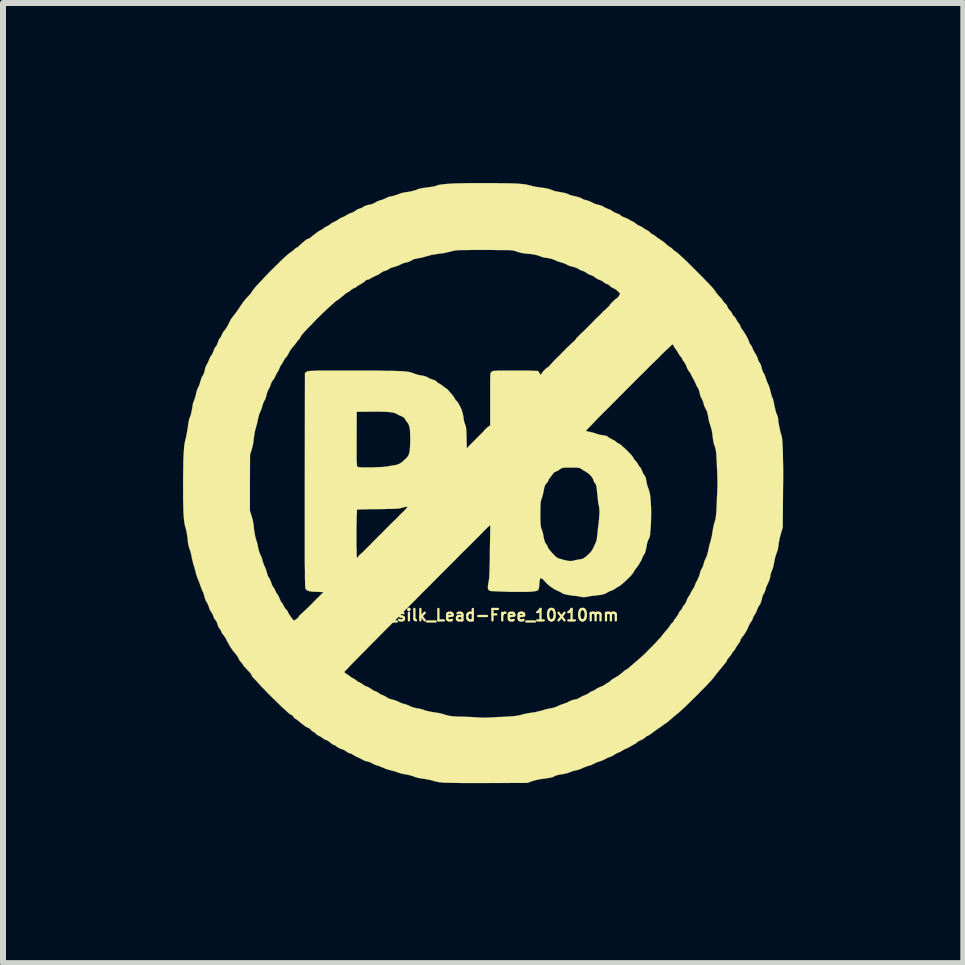
<source format=kicad_pcb>
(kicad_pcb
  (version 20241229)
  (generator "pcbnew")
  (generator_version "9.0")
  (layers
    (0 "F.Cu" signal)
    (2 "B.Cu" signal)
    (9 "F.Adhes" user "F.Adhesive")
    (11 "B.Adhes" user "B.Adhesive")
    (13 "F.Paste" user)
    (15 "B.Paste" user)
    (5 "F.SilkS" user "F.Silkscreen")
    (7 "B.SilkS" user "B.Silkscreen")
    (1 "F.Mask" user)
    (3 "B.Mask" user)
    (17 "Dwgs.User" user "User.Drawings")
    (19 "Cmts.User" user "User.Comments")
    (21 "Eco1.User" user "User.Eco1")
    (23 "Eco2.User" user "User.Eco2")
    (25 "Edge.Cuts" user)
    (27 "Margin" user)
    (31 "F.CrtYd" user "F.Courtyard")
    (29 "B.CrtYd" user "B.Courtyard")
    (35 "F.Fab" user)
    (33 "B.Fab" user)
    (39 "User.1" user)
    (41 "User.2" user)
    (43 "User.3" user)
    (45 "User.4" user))
  (footprint "Logo_silk_Lead-Free_10x10mm"
    (layer "F.Cu")
    (at 5 5)
    (property "Reference" "Logo_silk_Lead-Free_10x10mm" (at 0 2.2 0) (layer "F.SilkS") (effects (font (size 0.191 0.191) (thickness 0.038))))
    (attr through_hole)
    (fp_poly (pts (xy 4.999 -0.066) (xy 4.996 0.114) (xy 4.996 0.165) (xy 4.991 0.739) (xy 4.961 0.841) (xy 4.945 0.897) (xy 4.933 0.958) (xy 4.923 1.011) (xy 4.923 1.026) (xy 4.907 1.115) (xy 4.887 1.171) (xy 4.872 1.214) (xy 4.859 1.265) (xy 4.851 1.308) (xy 4.841 1.356) (xy 4.829 1.41) (xy 4.816 1.445) (xy 4.798 1.491) (xy 4.785 1.537) (xy 4.783 1.562) (xy 4.773 1.603) (xy 4.755 1.648) (xy 4.745 1.669) (xy 4.727 1.707) (xy 4.712 1.745) (xy 4.707 1.763) (xy 4.696 1.801) (xy 4.679 1.839) (xy 4.674 1.844) (xy 4.658 1.875) (xy 4.646 1.918) (xy 4.638 1.948) (xy 4.628 1.986) (xy 4.615 2.017) (xy 4.605 2.032) (xy 4.59 2.052) (xy 4.575 2.083) (xy 4.567 2.103) (xy 4.552 2.141) (xy 4.534 2.177) (xy 4.524 2.189) (xy 4.506 2.22) (xy 4.493 2.253) (xy 4.481 2.286) (xy 4.46 2.314) (xy 4.442 2.342) (xy 4.425 2.377) (xy 4.425 2.38) (xy 4.407 2.421) (xy 4.381 2.469) (xy 4.351 2.52) (xy 4.318 2.563) (xy 4.315 2.568) (xy 4.295 2.593) (xy 4.285 2.616) (xy 4.285 2.621) (xy 4.28 2.639) (xy 4.262 2.664) (xy 4.249 2.682) (xy 4.227 2.715) (xy 4.206 2.748) (xy 4.201 2.761) (xy 4.188 2.781) (xy 4.178 2.791) (xy 4.178 2.794) (xy 4.168 2.802) (xy 4.153 2.822) (xy 4.15 2.827) (xy 4.133 2.857) (xy 4.107 2.891) (xy 4.097 2.901) (xy 4.077 2.926) (xy 4.064 2.946) (xy 4.061 2.954) (xy 4.061 2.962) (xy 4.054 2.972) (xy 4.044 2.987) (xy 4.023 3.012) (xy 3.993 3.048) (xy 3.952 3.099) (xy 3.94 3.111) (xy 3.909 3.15) (xy 3.904 3.157) (xy 3.904 0.015) (xy 3.904 -0.015) (xy 3.904 -0.051) (xy 3.901 -0.091) (xy 3.901 -0.137) (xy 3.899 -0.196) (xy 3.894 -0.297) (xy 3.891 -0.378) (xy 3.886 -0.442) (xy 3.884 -0.493) (xy 3.879 -0.533) (xy 3.873 -0.564) (xy 3.868 -0.587) (xy 3.861 -0.607) (xy 3.858 -0.617) (xy 3.846 -0.65) (xy 3.835 -0.696) (xy 3.828 -0.747) (xy 3.825 -0.762) (xy 3.818 -0.831) (xy 3.807 -0.889) (xy 3.792 -0.94) (xy 3.774 -0.996) (xy 3.762 -1.036) (xy 3.752 -1.087) (xy 3.747 -1.118) (xy 3.736 -1.173) (xy 3.719 -1.219) (xy 3.713 -1.224) (xy 3.698 -1.257) (xy 3.68 -1.298) (xy 3.675 -1.323) (xy 3.663 -1.361) (xy 3.647 -1.397) (xy 3.637 -1.415) (xy 3.622 -1.443) (xy 3.612 -1.481) (xy 3.609 -1.496) (xy 3.599 -1.537) (xy 3.584 -1.577) (xy 3.576 -1.587) (xy 3.556 -1.623) (xy 3.538 -1.664) (xy 3.536 -1.669) (xy 3.518 -1.709) (xy 3.495 -1.748) (xy 3.493 -1.755) (xy 3.475 -1.783) (xy 3.465 -1.803) (xy 3.465 -1.808) (xy 3.457 -1.824) (xy 3.442 -1.847) (xy 3.434 -1.857) (xy 3.411 -1.89) (xy 3.393 -1.93) (xy 3.391 -1.935) (xy 3.376 -1.971) (xy 3.355 -2.009) (xy 3.348 -2.019) (xy 3.327 -2.047) (xy 3.317 -2.068) (xy 3.315 -2.075) (xy 3.307 -2.09) (xy 3.292 -2.108) (xy 3.274 -2.129) (xy 3.254 -2.159) (xy 3.246 -2.177) (xy 3.228 -2.205) (xy 3.213 -2.228) (xy 3.208 -2.233) (xy 3.195 -2.248) (xy 3.183 -2.273) (xy 3.18 -2.276) (xy 3.167 -2.301) (xy 3.155 -2.311) (xy 3.152 -2.311) (xy 3.145 -2.306) (xy 3.122 -2.283) (xy 3.086 -2.25) (xy 3.038 -2.205) (xy 2.982 -2.151) (xy 2.918 -2.085) (xy 2.845 -2.014) (xy 2.766 -1.938) (xy 2.685 -1.854) (xy 2.596 -1.768) (xy 2.507 -1.679) (xy 2.418 -1.59) (xy 2.329 -1.499) (xy 2.283 -1.455) (xy 2.283 -3.157) (xy 2.243 -3.198) (xy 2.212 -3.226) (xy 2.179 -3.244) (xy 2.167 -3.251) (xy 2.134 -3.266) (xy 2.111 -3.287) (xy 2.085 -3.31) (xy 2.057 -3.32) (xy 2.029 -3.332) (xy 2.009 -3.348) (xy 1.989 -3.363) (xy 1.956 -3.381) (xy 1.941 -3.386) (xy 1.905 -3.401) (xy 1.872 -3.421) (xy 1.864 -3.429) (xy 1.834 -3.449) (xy 1.798 -3.465) (xy 1.796 -3.467) (xy 1.758 -3.48) (xy 1.727 -3.5) (xy 1.722 -3.503) (xy 1.692 -3.523) (xy 1.656 -3.538) (xy 1.654 -3.538) (xy 1.618 -3.551) (xy 1.587 -3.569) (xy 1.585 -3.571) (xy 1.56 -3.584) (xy 1.524 -3.597) (xy 1.488 -3.607) (xy 1.448 -3.617) (xy 1.41 -3.632) (xy 1.387 -3.645) (xy 1.356 -3.66) (xy 1.318 -3.673) (xy 1.298 -3.678) (xy 1.255 -3.691) (xy 1.212 -3.708) (xy 1.196 -3.716) (xy 1.148 -3.736) (xy 1.085 -3.749) (xy 1.067 -3.752) (xy 1.016 -3.759) (xy 0.97 -3.772) (xy 0.937 -3.785) (xy 0.892 -3.8) (xy 0.828 -3.813) (xy 0.795 -3.818) (xy 0.724 -3.823) (xy 0.668 -3.83) (xy 0.627 -3.838) (xy 0.592 -3.848) (xy 0.561 -3.858) (xy 0.549 -3.863) (xy 0.533 -3.868) (xy 0.521 -3.871) (xy 0.503 -3.876) (xy 0.483 -3.879) (xy 0.452 -3.881) (xy 0.417 -3.884) (xy 0.368 -3.884) (xy 0.307 -3.884) (xy 0.231 -3.884) (xy 0.137 -3.886) (xy 0.023 -3.886) (xy 0.02 -3.886) (xy -0.091 -3.886) (xy -0.185 -3.886) (xy -0.262 -3.884) (xy -0.323 -3.884) (xy -0.373 -3.884) (xy -0.411 -3.881) (xy -0.445 -3.879) (xy -0.467 -3.876) (xy -0.49 -3.873) (xy -0.508 -3.868) (xy -0.528 -3.863) (xy -0.536 -3.861) (xy -0.587 -3.848) (xy -0.648 -3.835) (xy -0.709 -3.825) (xy -0.739 -3.823) (xy -0.8 -3.813) (xy -0.864 -3.802) (xy -0.917 -3.787) (xy -0.937 -3.782) (xy -0.988 -3.767) (xy -1.039 -3.754) (xy -1.085 -3.747) (xy -1.148 -3.734) (xy -1.189 -3.713) (xy -1.227 -3.693) (xy -1.267 -3.68) (xy -1.278 -3.678) (xy -1.321 -3.668) (xy -1.364 -3.65) (xy -1.377 -3.642) (xy -1.415 -3.625) (xy -1.46 -3.609) (xy -1.478 -3.604) (xy -1.516 -3.594) (xy -1.552 -3.579) (xy -1.565 -3.571) (xy -1.593 -3.553) (xy -1.628 -3.541) (xy -1.633 -3.538) (xy -1.669 -3.526) (xy -1.694 -3.51) (xy -1.699 -3.508) (xy -1.722 -3.49) (xy -1.753 -3.472) (xy -1.781 -3.459) (xy -1.819 -3.442) (xy -1.857 -3.421) (xy -1.875 -3.411) (xy -1.902 -3.396) (xy -1.925 -3.391) (xy -1.93 -3.391) (xy -1.948 -3.383) (xy -1.966 -3.368) (xy -1.989 -3.348) (xy -2.022 -3.327) (xy -2.029 -3.322) (xy -2.065 -3.302) (xy -2.098 -3.282) (xy -2.103 -3.277) (xy -2.126 -3.259) (xy -2.146 -3.251) (xy -2.164 -3.244) (xy -2.187 -3.228) (xy -2.207 -3.213) (xy -2.233 -3.193) (xy -2.253 -3.18) (xy -2.261 -3.178) (xy -2.273 -3.17) (xy -2.296 -3.155) (xy -2.316 -3.137) (xy -2.36 -3.101) (xy -2.393 -3.073) (xy -2.418 -3.056) (xy -2.443 -3.04) (xy -2.466 -3.023) (xy -2.502 -2.99) (xy -2.548 -2.949) (xy -2.601 -2.901) (xy -2.657 -2.847) (xy -2.713 -2.794) (xy -2.769 -2.738) (xy -2.819 -2.687) (xy -2.83 -2.675) (xy -2.873 -2.629) (xy -2.916 -2.586) (xy -2.951 -2.548) (xy -2.979 -2.52) (xy -2.987 -2.51) (xy -3.015 -2.479) (xy -3.035 -2.449) (xy -3.043 -2.433) (xy -3.058 -2.408) (xy -3.071 -2.39) (xy -3.073 -2.39) (xy -3.089 -2.375) (xy -3.104 -2.352) (xy -3.127 -2.324) (xy -3.145 -2.299) (xy -3.178 -2.261) (xy -3.211 -2.217) (xy -3.236 -2.172) (xy -3.256 -2.136) (xy -3.269 -2.113) (xy -3.279 -2.101) (xy -3.282 -2.098) (xy -3.292 -2.09) (xy -3.307 -2.068) (xy -3.325 -2.037) (xy -3.343 -2.004) (xy -3.358 -1.979) (xy -3.368 -1.966) (xy -3.378 -1.953) (xy -3.388 -1.928) (xy -3.391 -1.92) (xy -3.406 -1.885) (xy -3.426 -1.849) (xy -3.447 -1.816) (xy -3.465 -1.778) (xy -3.48 -1.745) (xy -3.5 -1.717) (xy -3.503 -1.714) (xy -3.523 -1.687) (xy -3.536 -1.654) (xy -3.546 -1.621) (xy -3.564 -1.582) (xy -3.571 -1.57) (xy -3.592 -1.529) (xy -3.607 -1.483) (xy -3.609 -1.471) (xy -3.619 -1.43) (xy -3.635 -1.389) (xy -3.642 -1.379) (xy -3.66 -1.344) (xy -3.675 -1.3) (xy -3.678 -1.288) (xy -3.691 -1.245) (xy -3.708 -1.201) (xy -3.713 -1.189) (xy -3.729 -1.156) (xy -3.741 -1.11) (xy -3.752 -1.067) (xy -3.762 -1.016) (xy -3.777 -0.958) (xy -3.79 -0.912) (xy -3.805 -0.856) (xy -3.815 -0.79) (xy -3.823 -0.734) (xy -3.833 -0.653) (xy -3.851 -0.577) (xy -3.858 -0.554) (xy -3.884 -0.472) (xy -3.886 -0.005) (xy -3.886 0.462) (xy -3.856 0.554) (xy -3.84 0.615) (xy -3.825 0.688) (xy -3.818 0.765) (xy -3.818 0.767) (xy -3.807 0.833) (xy -3.797 0.892) (xy -3.785 0.932) (xy -3.785 0.937) (xy -3.772 0.973) (xy -3.759 1.019) (xy -3.752 1.059) (xy -3.739 1.118) (xy -3.721 1.173) (xy -3.711 1.194) (xy -3.693 1.232) (xy -3.68 1.273) (xy -3.675 1.293) (xy -3.665 1.326) (xy -3.65 1.367) (xy -3.64 1.387) (xy -3.622 1.43) (xy -3.607 1.476) (xy -3.602 1.494) (xy -3.592 1.532) (xy -3.579 1.562) (xy -3.571 1.572) (xy -3.556 1.595) (xy -3.541 1.631) (xy -3.533 1.651) (xy -3.52 1.689) (xy -3.505 1.72) (xy -3.498 1.73) (xy -3.477 1.758) (xy -3.465 1.791) (xy -3.462 1.791) (xy -3.447 1.824) (xy -3.426 1.854) (xy -3.409 1.882) (xy -3.393 1.918) (xy -3.391 1.925) (xy -3.378 1.956) (xy -3.365 1.979) (xy -3.36 1.984) (xy -3.345 2.002) (xy -3.33 2.032) (xy -3.325 2.042) (xy -3.307 2.073) (xy -3.287 2.101) (xy -3.282 2.106) (xy -3.261 2.129) (xy -3.246 2.162) (xy -3.231 2.189) (xy -3.205 2.225) (xy -3.193 2.243) (xy -3.155 2.291) (xy -3.117 2.268) (xy -3.094 2.25) (xy -3.076 2.233) (xy -3.076 2.23) (xy -3.066 2.212) (xy -3.043 2.189) (xy -3.015 2.164) (xy -2.972 2.123) (xy -2.918 2.073) (xy -2.857 2.012) (xy -2.837 1.991) (xy -2.819 1.974) (xy -2.802 1.956) (xy -2.784 1.938) (xy -2.774 1.925) (xy -2.761 1.915) (xy -2.741 1.895) (xy -2.715 1.869) (xy -2.69 1.844) (xy -2.672 1.826) (xy -2.664 1.816) (xy -2.675 1.814) (xy -2.7 1.814) (xy -2.741 1.811) (xy -2.769 1.811) (xy -2.84 1.808) (xy -2.893 1.801) (xy -2.931 1.788) (xy -2.954 1.768) (xy -2.959 1.758) (xy -2.962 1.75) (xy -2.964 1.737) (xy -2.964 1.712) (xy -2.967 1.681) (xy -2.967 1.638) (xy -2.969 1.585) (xy -2.969 1.519) (xy -2.969 1.443) (xy -2.972 1.351) (xy -2.972 1.245) (xy -2.972 1.125) (xy -2.972 0.988) (xy -2.972 0.833) (xy -2.972 0.663) (xy -2.972 0.472) (xy -2.972 0.264) (xy -2.972 0.036) (xy -2.972 -0.051) (xy -2.969 -1.834) (xy -2.944 -1.854) (xy -2.939 -1.859) (xy -2.931 -1.862) (xy -2.921 -1.864) (xy -2.906 -1.867) (xy -2.883 -1.869) (xy -2.852 -1.872) (xy -2.814 -1.872) (xy -2.766 -1.875) (xy -2.703 -1.875) (xy -2.626 -1.875) (xy -2.535 -1.875) (xy -2.426 -1.875) (xy -2.299 -1.875) (xy -2.197 -1.875) (xy -2.029 -1.875) (xy -1.88 -1.875) (xy -1.75 -1.875) (xy -1.638 -1.872) (xy -1.542 -1.872) (xy -1.458 -1.869) (xy -1.389 -1.867) (xy -1.333 -1.864) (xy -1.285 -1.859) (xy -1.247 -1.854) (xy -1.219 -1.849) (xy -1.194 -1.844) (xy -1.176 -1.836) (xy -1.168 -1.834) (xy -1.135 -1.821) (xy -1.092 -1.806) (xy -1.044 -1.796) (xy -1.036 -1.796) (xy -0.986 -1.786) (xy -0.945 -1.773) (xy -0.919 -1.76) (xy -0.894 -1.745) (xy -0.859 -1.732) (xy -0.841 -1.725) (xy -0.795 -1.709) (xy -0.77 -1.687) (xy -0.752 -1.669) (xy -0.739 -1.661) (xy -0.721 -1.656) (xy -0.699 -1.638) (xy -0.688 -1.633) (xy -0.658 -1.608) (xy -0.625 -1.585) (xy -0.62 -1.58) (xy -0.597 -1.565) (xy -0.572 -1.537) (xy -0.541 -1.501) (xy -0.511 -1.468) (xy -0.488 -1.435) (xy -0.472 -1.41) (xy -0.467 -1.4) (xy -0.46 -1.384) (xy -0.447 -1.374) (xy -0.434 -1.361) (xy -0.414 -1.333) (xy -0.394 -1.295) (xy -0.384 -1.278) (xy -0.358 -1.222) (xy -0.343 -1.171) (xy -0.33 -1.115) (xy -0.328 -1.1) (xy -0.323 -1.054) (xy -0.312 -1.011) (xy -0.302 -0.98) (xy -0.3 -0.975) (xy -0.292 -0.958) (xy -0.287 -0.932) (xy -0.282 -0.897) (xy -0.279 -0.846) (xy -0.277 -0.777) (xy -0.277 -0.762) (xy -0.272 -0.579) (xy -0.218 -0.638) (xy -0.188 -0.668) (xy -0.163 -0.693) (xy -0.147 -0.709) (xy -0.099 -0.757) (xy -0.051 -0.805) (xy -0.005 -0.851) (xy 0.025 -0.886) (xy 0.053 -0.914) (xy 0.079 -0.937) (xy 0.094 -0.947) (xy 0.117 -0.96) (xy 0.117 -1.397) (xy 0.117 -1.504) (xy 0.117 -1.593) (xy 0.117 -1.664) (xy 0.117 -1.72) (xy 0.119 -1.763) (xy 0.119 -1.796) (xy 0.122 -1.819) (xy 0.124 -1.834) (xy 0.13 -1.844) (xy 0.135 -1.849) (xy 0.137 -1.854) (xy 0.145 -1.859) (xy 0.152 -1.864) (xy 0.165 -1.867) (xy 0.183 -1.872) (xy 0.211 -1.872) (xy 0.249 -1.875) (xy 0.3 -1.875) (xy 0.366 -1.875) (xy 0.45 -1.875) (xy 0.526 -1.875) (xy 0.612 -1.875) (xy 0.693 -1.875) (xy 0.765 -1.875) (xy 0.826 -1.872) (xy 0.871 -1.872) (xy 0.902 -1.869) (xy 0.912 -1.869) (xy 0.927 -1.854) (xy 0.942 -1.829) (xy 0.953 -1.808) (xy 0.958 -1.806) (xy 0.968 -1.819) (xy 0.968 -1.821) (xy 0.983 -1.841) (xy 1.003 -1.867) (xy 1.029 -1.892) (xy 1.052 -1.915) (xy 1.069 -1.928) (xy 1.074 -1.928) (xy 1.085 -1.935) (xy 1.105 -1.956) (xy 1.13 -1.984) (xy 1.135 -1.989) (xy 1.171 -2.029) (xy 1.214 -2.073) (xy 1.245 -2.103) (xy 1.275 -2.131) (xy 1.298 -2.156) (xy 1.313 -2.172) (xy 1.339 -2.197) (xy 1.372 -2.233) (xy 1.412 -2.271) (xy 1.453 -2.309) (xy 1.486 -2.342) (xy 1.491 -2.344) (xy 1.519 -2.37) (xy 1.537 -2.39) (xy 1.544 -2.4) (xy 1.552 -2.413) (xy 1.572 -2.433) (xy 1.598 -2.459) (xy 1.6 -2.464) (xy 1.631 -2.492) (xy 1.654 -2.515) (xy 1.666 -2.527) (xy 1.669 -2.527) (xy 1.679 -2.537) (xy 1.702 -2.56) (xy 1.735 -2.593) (xy 1.77 -2.629) (xy 1.775 -2.634) (xy 1.811 -2.67) (xy 1.844 -2.703) (xy 1.867 -2.728) (xy 1.88 -2.741) (xy 1.882 -2.741) (xy 1.895 -2.756) (xy 1.918 -2.776) (xy 1.941 -2.799) (xy 1.956 -2.814) (xy 1.981 -2.84) (xy 2.009 -2.87) (xy 2.05 -2.903) (xy 2.055 -2.911) (xy 2.083 -2.936) (xy 2.103 -2.957) (xy 2.111 -2.967) (xy 2.118 -2.979) (xy 2.136 -3) (xy 2.162 -3.025) (xy 2.187 -3.051) (xy 2.212 -3.071) (xy 2.225 -3.081) (xy 2.228 -3.081) (xy 2.238 -3.089) (xy 2.253 -3.109) (xy 2.261 -3.119) (xy 2.283 -3.157) (xy 2.283 -1.455) (xy 2.24 -1.41) (xy 2.154 -1.323) (xy 2.073 -1.242) (xy 1.996 -1.166) (xy 1.925 -1.095) (xy 1.864 -1.031) (xy 1.811 -0.975) (xy 1.768 -0.932) (xy 1.737 -0.899) (xy 1.717 -0.879) (xy 1.714 -0.871) (xy 1.727 -0.866) (xy 1.755 -0.859) (xy 1.781 -0.853) (xy 1.826 -0.843) (xy 1.875 -0.828) (xy 1.897 -0.82) (xy 1.938 -0.808) (xy 1.981 -0.8) (xy 1.999 -0.798) (xy 2.047 -0.79) (xy 2.075 -0.775) (xy 2.103 -0.754) (xy 2.141 -0.734) (xy 2.149 -0.729) (xy 2.182 -0.714) (xy 2.207 -0.696) (xy 2.215 -0.688) (xy 2.238 -0.671) (xy 2.266 -0.655) (xy 2.268 -0.655) (xy 2.289 -0.643) (xy 2.316 -0.617) (xy 2.352 -0.587) (xy 2.39 -0.551) (xy 2.428 -0.513) (xy 2.461 -0.478) (xy 2.487 -0.447) (xy 2.502 -0.427) (xy 2.504 -0.419) (xy 2.512 -0.404) (xy 2.53 -0.381) (xy 2.543 -0.368) (xy 2.563 -0.343) (xy 2.578 -0.323) (xy 2.581 -0.315) (xy 2.586 -0.3) (xy 2.603 -0.277) (xy 2.606 -0.277) (xy 2.626 -0.251) (xy 2.644 -0.216) (xy 2.649 -0.203) (xy 2.662 -0.168) (xy 2.68 -0.14) (xy 2.687 -0.132) (xy 2.705 -0.099) (xy 2.718 -0.048) (xy 2.718 -0.036) (xy 2.728 0.013) (xy 2.743 0.064) (xy 2.756 0.097) (xy 2.771 0.145) (xy 2.784 0.213) (xy 2.791 0.297) (xy 2.797 0.396) (xy 2.799 0.508) (xy 2.797 0.627) (xy 2.794 0.696) (xy 2.789 0.77) (xy 2.784 0.823) (xy 2.781 0.861) (xy 2.776 0.889) (xy 2.771 0.909) (xy 2.764 0.922) (xy 2.758 0.93) (xy 2.743 0.965) (xy 2.728 1.019) (xy 2.723 1.054) (xy 2.71 1.115) (xy 2.697 1.161) (xy 2.682 1.189) (xy 2.662 1.219) (xy 2.649 1.25) (xy 2.647 1.257) (xy 2.637 1.283) (xy 2.614 1.321) (xy 2.588 1.364) (xy 2.558 1.407) (xy 2.545 1.422) (xy 2.522 1.455) (xy 2.502 1.491) (xy 2.489 1.509) (xy 2.466 1.537) (xy 2.433 1.572) (xy 2.395 1.608) (xy 2.355 1.646) (xy 2.316 1.679) (xy 2.286 1.704) (xy 2.261 1.722) (xy 2.25 1.727) (xy 2.235 1.732) (xy 2.215 1.748) (xy 2.207 1.753) (xy 2.174 1.775) (xy 2.136 1.791) (xy 2.134 1.791) (xy 2.098 1.806) (xy 2.062 1.826) (xy 2.055 1.829) (xy 2.035 1.841) (xy 2.009 1.849) (xy 1.974 1.859) (xy 1.938 1.864) (xy 1.938 0.48) (xy 1.935 0.424) (xy 1.93 0.384) (xy 1.923 0.358) (xy 1.918 0.328) (xy 1.913 0.287) (xy 1.908 0.234) (xy 1.9 0.163) (xy 1.897 0.135) (xy 1.892 0.084) (xy 1.885 0.048) (xy 1.877 0.02) (xy 1.864 0) (xy 1.859 -0.003) (xy 1.844 -0.03) (xy 1.834 -0.056) (xy 1.834 -0.061) (xy 1.824 -0.081) (xy 1.803 -0.112) (xy 1.775 -0.142) (xy 1.742 -0.17) (xy 1.709 -0.191) (xy 1.704 -0.196) (xy 1.669 -0.213) (xy 1.638 -0.236) (xy 1.623 -0.246) (xy 1.61 -0.251) (xy 1.587 -0.257) (xy 1.56 -0.259) (xy 1.516 -0.259) (xy 1.46 -0.259) (xy 1.402 -0.259) (xy 1.361 -0.259) (xy 1.333 -0.257) (xy 1.313 -0.251) (xy 1.298 -0.244) (xy 1.283 -0.234) (xy 1.278 -0.231) (xy 1.245 -0.208) (xy 1.212 -0.193) (xy 1.206 -0.191) (xy 1.184 -0.18) (xy 1.171 -0.17) (xy 1.166 -0.157) (xy 1.148 -0.135) (xy 1.13 -0.112) (xy 1.107 -0.081) (xy 1.09 -0.058) (xy 1.087 -0.046) (xy 1.079 -0.03) (xy 1.064 -0.005) (xy 1.054 0.003) (xy 1.034 0.03) (xy 1.021 0.066) (xy 1.011 0.112) (xy 1.001 0.163) (xy 0.988 0.216) (xy 0.978 0.249) (xy 0.968 0.274) (xy 0.963 0.297) (xy 0.958 0.325) (xy 0.955 0.361) (xy 0.955 0.406) (xy 0.953 0.467) (xy 0.953 0.516) (xy 0.953 0.589) (xy 0.955 0.645) (xy 0.958 0.686) (xy 0.96 0.716) (xy 0.965 0.739) (xy 0.97 0.757) (xy 0.973 0.762) (xy 0.983 0.792) (xy 0.996 0.836) (xy 1.006 0.884) (xy 1.006 0.894) (xy 1.021 0.955) (xy 1.034 0.993) (xy 1.044 1.006) (xy 1.062 1.031) (xy 1.077 1.064) (xy 1.077 1.067) (xy 1.09 1.09) (xy 1.115 1.123) (xy 1.146 1.158) (xy 1.163 1.176) (xy 1.196 1.212) (xy 1.222 1.234) (xy 1.247 1.25) (xy 1.278 1.26) (xy 1.318 1.27) (xy 1.328 1.275) (xy 1.384 1.288) (xy 1.425 1.295) (xy 1.455 1.298) (xy 1.486 1.295) (xy 1.519 1.288) (xy 1.534 1.283) (xy 1.575 1.275) (xy 1.61 1.27) (xy 1.626 1.267) (xy 1.648 1.262) (xy 1.676 1.25) (xy 1.712 1.224) (xy 1.732 1.206) (xy 1.768 1.173) (xy 1.796 1.143) (xy 1.821 1.107) (xy 1.844 1.059) (xy 1.849 1.049) (xy 1.872 0.998) (xy 1.887 0.96) (xy 1.895 0.922) (xy 1.9 0.876) (xy 1.902 0.859) (xy 1.908 0.8) (xy 1.915 0.737) (xy 1.923 0.681) (xy 1.923 0.676) (xy 1.93 0.612) (xy 1.935 0.544) (xy 1.938 0.48) (xy 1.938 1.864) (xy 1.928 1.864) (xy 1.88 1.872) (xy 1.824 1.877) (xy 1.773 1.885) (xy 1.732 1.892) (xy 1.709 1.895) (xy 1.707 1.897) (xy 1.664 1.9) (xy 1.636 1.895) (xy 1.61 1.89) (xy 1.57 1.882) (xy 1.519 1.877) (xy 1.473 1.872) (xy 1.415 1.862) (xy 1.372 1.854) (xy 1.341 1.844) (xy 1.321 1.834) (xy 1.318 1.834) (xy 1.288 1.814) (xy 1.252 1.798) (xy 1.245 1.796) (xy 1.184 1.765) (xy 1.118 1.722) (xy 1.059 1.671) (xy 1.029 1.638) (xy 0.996 1.603) (xy 0.97 1.585) (xy 0.955 1.585) (xy 0.945 1.603) (xy 0.94 1.641) (xy 0.937 1.676) (xy 0.932 1.73) (xy 0.925 1.763) (xy 0.912 1.786) (xy 0.886 1.796) (xy 0.846 1.803) (xy 0.828 1.806) (xy 0.79 1.808) (xy 0.739 1.811) (xy 0.676 1.811) (xy 0.605 1.811) (xy 0.528 1.811) (xy 0.45 1.811) (xy 0.371 1.808) (xy 0.3 1.806) (xy 0.234 1.803) (xy 0.178 1.801) (xy 0.137 1.798) (xy 0.112 1.793) (xy 0.109 1.793) (xy 0.089 1.778) (xy 0.079 1.753) (xy 0.079 1.72) (xy 0.086 1.669) (xy 0.089 1.651) (xy 0.094 1.626) (xy 0.099 1.593) (xy 0.102 1.549) (xy 0.104 1.496) (xy 0.107 1.427) (xy 0.109 1.344) (xy 0.112 1.245) (xy 0.112 1.135) (xy 0.119 0.699) (xy 0.094 0.719) (xy 0.076 0.734) (xy 0.046 0.765) (xy 0.003 0.808) (xy -0.048 0.861) (xy -0.114 0.927) (xy -0.188 1.001) (xy -0.272 1.085) (xy -0.363 1.173) (xy -0.46 1.273) (xy -0.564 1.377) (xy -0.671 1.483) (xy -0.782 1.595) (xy -0.897 1.712) (xy -1.013 1.826) (xy -1.13 1.946) (xy -1.214 2.029) (xy -1.214 -0.721) (xy -1.214 -0.734) (xy -1.217 -0.82) (xy -1.219 -0.886) (xy -1.229 -0.94) (xy -1.242 -0.978) (xy -1.26 -1.008) (xy -1.267 -1.016) (xy -1.288 -1.044) (xy -1.303 -1.069) (xy -1.306 -1.074) (xy -1.318 -1.092) (xy -1.351 -1.11) (xy -1.361 -1.115) (xy -1.397 -1.13) (xy -1.43 -1.148) (xy -1.44 -1.153) (xy -1.466 -1.166) (xy -1.504 -1.176) (xy -1.557 -1.184) (xy -1.628 -1.189) (xy -1.714 -1.191) (xy -1.821 -1.191) (xy -1.867 -1.191) (xy -2.106 -1.189) (xy -2.108 -0.739) (xy -2.108 -0.625) (xy -2.108 -0.531) (xy -2.108 -0.455) (xy -2.108 -0.394) (xy -2.106 -0.348) (xy -2.103 -0.315) (xy -2.101 -0.292) (xy -2.098 -0.279) (xy -2.095 -0.274) (xy -2.08 -0.269) (xy -2.047 -0.264) (xy -1.999 -0.262) (xy -1.943 -0.262) (xy -1.877 -0.262) (xy -1.811 -0.264) (xy -1.745 -0.267) (xy -1.684 -0.269) (xy -1.631 -0.274) (xy -1.59 -0.279) (xy -1.587 -0.279) (xy -1.539 -0.29) (xy -1.491 -0.297) (xy -1.455 -0.302) (xy -1.407 -0.318) (xy -1.359 -0.345) (xy -1.308 -0.391) (xy -1.306 -0.394) (xy -1.29 -0.409) (xy -1.27 -0.429) (xy -1.265 -0.434) (xy -1.247 -0.46) (xy -1.232 -0.5) (xy -1.222 -0.556) (xy -1.217 -0.63) (xy -1.214 -0.721) (xy -1.214 2.029) (xy -1.247 2.062) (xy -1.26 2.075) (xy -1.26 0.399) (xy -1.267 0.394) (xy -1.28 0.394) (xy -1.303 0.396) (xy -1.339 0.406) (xy -1.359 0.411) (xy -1.377 0.417) (xy -1.4 0.422) (xy -1.427 0.424) (xy -1.466 0.427) (xy -1.516 0.429) (xy -1.582 0.429) (xy -1.661 0.432) (xy -1.75 0.432) (xy -1.834 0.434) (xy -1.91 0.434) (xy -1.976 0.437) (xy -2.032 0.437) (xy -2.073 0.439) (xy -2.095 0.439) (xy -2.101 0.442) (xy -2.103 0.452) (xy -2.103 0.483) (xy -2.106 0.528) (xy -2.108 0.587) (xy -2.108 0.655) (xy -2.111 0.729) (xy -2.111 0.808) (xy -2.111 0.889) (xy -2.111 0.965) (xy -2.111 1.041) (xy -2.108 1.107) (xy -2.108 1.163) (xy -2.106 1.209) (xy -2.103 1.237) (xy -2.101 1.247) (xy -2.09 1.237) (xy -2.078 1.219) (xy -2.065 1.201) (xy -2.057 1.194) (xy -2.047 1.186) (xy -2.024 1.166) (xy -1.994 1.138) (xy -1.958 1.1) (xy -1.918 1.062) (xy -1.875 1.019) (xy -1.847 0.988) (xy -1.834 0.975) (xy -1.808 0.95) (xy -1.775 0.917) (xy -1.735 0.876) (xy -1.689 0.833) (xy -1.646 0.787) (xy -1.6 0.742) (xy -1.56 0.701) (xy -1.527 0.668) (xy -1.504 0.645) (xy -1.491 0.635) (xy -1.491 0.632) (xy -1.476 0.62) (xy -1.45 0.594) (xy -1.417 0.561) (xy -1.382 0.523) (xy -1.344 0.488) (xy -1.311 0.455) (xy -1.285 0.427) (xy -1.273 0.411) (xy -1.27 0.411) (xy -1.26 0.399) (xy -1.26 2.075) (xy -1.361 2.179) (xy -1.476 2.294) (xy -1.585 2.403) (xy -1.692 2.51) (xy -1.793 2.614) (xy -1.887 2.708) (xy -1.974 2.797) (xy -2.055 2.878) (xy -2.126 2.951) (xy -2.187 3.012) (xy -2.235 3.063) (xy -2.273 3.104) (xy -2.299 3.129) (xy -2.309 3.142) (xy -2.311 3.142) (xy -2.304 3.162) (xy -2.283 3.175) (xy -2.253 3.193) (xy -2.223 3.216) (xy -2.215 3.221) (xy -2.192 3.239) (xy -2.172 3.251) (xy -2.167 3.251) (xy -2.151 3.259) (xy -2.129 3.274) (xy -2.118 3.284) (xy -2.093 3.302) (xy -2.075 3.315) (xy -2.07 3.315) (xy -2.055 3.32) (xy -2.032 3.335) (xy -2.017 3.345) (xy -1.984 3.368) (xy -1.948 3.386) (xy -1.938 3.388) (xy -1.905 3.404) (xy -1.867 3.426) (xy -1.859 3.434) (xy -1.831 3.452) (xy -1.808 3.462) (xy -1.801 3.465) (xy -1.781 3.472) (xy -1.755 3.487) (xy -1.75 3.49) (xy -1.717 3.513) (xy -1.681 3.531) (xy -1.671 3.533) (xy -1.638 3.548) (xy -1.61 3.566) (xy -1.603 3.571) (xy -1.58 3.584) (xy -1.547 3.597) (xy -1.519 3.604) (xy -1.473 3.617) (xy -1.433 3.632) (xy -1.412 3.642) (xy -1.374 3.66) (xy -1.331 3.675) (xy -1.316 3.678) (xy -1.273 3.691) (xy -1.232 3.708) (xy -1.219 3.716) (xy -1.181 3.731) (xy -1.135 3.744) (xy -1.113 3.749) (xy -1.064 3.757) (xy -1.013 3.769) (xy -0.986 3.78) (xy -0.947 3.792) (xy -0.894 3.805) (xy -0.838 3.815) (xy -0.803 3.82) (xy -0.749 3.828) (xy -0.704 3.838) (xy -0.665 3.848) (xy -0.65 3.853) (xy -0.61 3.866) (xy -0.551 3.879) (xy -0.475 3.886) (xy -0.381 3.891) (xy -0.33 3.891) (xy -0.269 3.894) (xy -0.208 3.896) (xy -0.155 3.899) (xy -0.122 3.901) (xy -0.076 3.904) (xy -0.018 3.907) (xy 0.036 3.907) (xy 0.058 3.907) (xy 0.117 3.904) (xy 0.188 3.901) (xy 0.254 3.896) (xy 0.282 3.896) (xy 0.376 3.891) (xy 0.452 3.886) (xy 0.513 3.881) (xy 0.561 3.876) (xy 0.599 3.868) (xy 0.632 3.861) (xy 0.638 3.858) (xy 0.676 3.848) (xy 0.724 3.838) (xy 0.78 3.828) (xy 0.815 3.823) (xy 0.871 3.815) (xy 0.922 3.802) (xy 0.965 3.792) (xy 0.986 3.787) (xy 1.024 3.774) (xy 1.072 3.762) (xy 1.118 3.752) (xy 1.166 3.744) (xy 1.209 3.729) (xy 1.242 3.716) (xy 1.278 3.698) (xy 1.323 3.683) (xy 1.336 3.678) (xy 1.374 3.665) (xy 1.41 3.65) (xy 1.42 3.642) (xy 1.448 3.63) (xy 1.486 3.614) (xy 1.521 3.607) (xy 1.562 3.597) (xy 1.595 3.581) (xy 1.615 3.571) (xy 1.646 3.553) (xy 1.679 3.538) (xy 1.681 3.538) (xy 1.717 3.523) (xy 1.753 3.505) (xy 1.753 3.503) (xy 1.783 3.482) (xy 1.821 3.465) (xy 1.826 3.462) (xy 1.857 3.447) (xy 1.882 3.432) (xy 1.887 3.426) (xy 1.905 3.416) (xy 1.935 3.401) (xy 1.963 3.391) (xy 1.996 3.376) (xy 2.024 3.36) (xy 2.037 3.35) (xy 2.055 3.338) (xy 2.083 3.322) (xy 2.085 3.32) (xy 2.108 3.307) (xy 2.121 3.297) (xy 2.121 3.294) (xy 2.129 3.284) (xy 2.151 3.269) (xy 2.172 3.256) (xy 2.248 3.211) (xy 2.306 3.167) (xy 2.324 3.152) (xy 2.349 3.129) (xy 2.377 3.111) (xy 2.403 3.096) (xy 2.431 3.073) (xy 2.451 3.053) (xy 2.484 3.028) (xy 2.515 3) (xy 2.573 2.951) (xy 2.639 2.893) (xy 2.705 2.832) (xy 2.761 2.774) (xy 2.769 2.766) (xy 2.832 2.703) (xy 2.883 2.649) (xy 2.921 2.606) (xy 2.954 2.573) (xy 2.977 2.543) (xy 2.997 2.517) (xy 3 2.515) (xy 3.028 2.479) (xy 3.056 2.446) (xy 3.073 2.428) (xy 3.096 2.398) (xy 3.117 2.367) (xy 3.119 2.365) (xy 3.134 2.342) (xy 3.15 2.327) (xy 3.165 2.314) (xy 3.172 2.301) (xy 3.183 2.278) (xy 3.203 2.253) (xy 3.211 2.243) (xy 3.233 2.212) (xy 3.254 2.179) (xy 3.256 2.172) (xy 3.272 2.141) (xy 3.292 2.118) (xy 3.292 2.116) (xy 3.31 2.095) (xy 3.315 2.083) (xy 3.322 2.068) (xy 3.338 2.042) (xy 3.348 2.032) (xy 3.371 1.999) (xy 3.388 1.963) (xy 3.391 1.953) (xy 3.404 1.92) (xy 3.421 1.895) (xy 3.421 1.892) (xy 3.439 1.867) (xy 3.457 1.836) (xy 3.459 1.826) (xy 3.475 1.796) (xy 3.493 1.768) (xy 3.495 1.763) (xy 3.513 1.74) (xy 3.526 1.707) (xy 3.528 1.699) (xy 3.543 1.661) (xy 3.564 1.623) (xy 3.566 1.621) (xy 3.581 1.587) (xy 3.599 1.547) (xy 3.607 1.516) (xy 3.619 1.476) (xy 3.632 1.44) (xy 3.645 1.42) (xy 3.66 1.389) (xy 3.673 1.351) (xy 3.673 1.346) (xy 3.683 1.313) (xy 3.698 1.273) (xy 3.711 1.247) (xy 3.729 1.204) (xy 3.744 1.151) (xy 3.752 1.115) (xy 3.762 1.064) (xy 3.777 1.006) (xy 3.79 0.965) (xy 3.802 0.914) (xy 3.815 0.859) (xy 3.82 0.818) (xy 3.828 0.77) (xy 3.838 0.714) (xy 3.853 0.663) (xy 3.853 0.658) (xy 3.863 0.627) (xy 3.871 0.597) (xy 3.876 0.566) (xy 3.881 0.528) (xy 3.884 0.48) (xy 3.889 0.422) (xy 3.891 0.345) (xy 3.894 0.307) (xy 3.896 0.221) (xy 3.901 0.152) (xy 3.901 0.099) (xy 3.904 0.053) (xy 3.904 0.015) (xy 3.904 3.157) (xy 3.881 3.185) (xy 3.861 3.211) (xy 3.856 3.218) (xy 3.835 3.246) (xy 3.8 3.287) (xy 3.754 3.335) (xy 3.701 3.393) (xy 3.64 3.454) (xy 3.576 3.52) (xy 3.51 3.584) (xy 3.447 3.647) (xy 3.383 3.708) (xy 3.327 3.762) (xy 3.279 3.805) (xy 3.241 3.838) (xy 3.218 3.856) (xy 3.198 3.871) (xy 3.17 3.896) (xy 3.134 3.927) (xy 3.117 3.942) (xy 3.084 3.97) (xy 3.056 3.993) (xy 3.035 4.006) (xy 3.033 4.008) (xy 3.018 4.016) (xy 3 4.031) (xy 2.972 4.051) (xy 2.944 4.072) (xy 2.921 4.084) (xy 2.888 4.11) (xy 2.847 4.138) (xy 2.832 4.15) (xy 2.797 4.176) (xy 2.766 4.196) (xy 2.746 4.209) (xy 2.741 4.211) (xy 2.725 4.216) (xy 2.703 4.234) (xy 2.695 4.242) (xy 2.662 4.265) (xy 2.626 4.282) (xy 2.621 4.285) (xy 2.588 4.3) (xy 2.558 4.323) (xy 2.537 4.341) (xy 2.522 4.348) (xy 2.52 4.348) (xy 2.507 4.356) (xy 2.482 4.371) (xy 2.466 4.379) (xy 2.433 4.399) (xy 2.403 4.415) (xy 2.393 4.417) (xy 2.365 4.43) (xy 2.332 4.448) (xy 2.319 4.455) (xy 2.286 4.475) (xy 2.256 4.488) (xy 2.248 4.491) (xy 2.22 4.503) (xy 2.189 4.524) (xy 2.187 4.524) (xy 2.156 4.544) (xy 2.121 4.559) (xy 2.111 4.562) (xy 2.073 4.577) (xy 2.032 4.597) (xy 2.027 4.6) (xy 1.991 4.618) (xy 1.951 4.633) (xy 1.933 4.638) (xy 1.895 4.651) (xy 1.857 4.669) (xy 1.844 4.674) (xy 1.808 4.694) (xy 1.768 4.707) (xy 1.763 4.707) (xy 1.732 4.717) (xy 1.692 4.732) (xy 1.661 4.745) (xy 1.618 4.765) (xy 1.57 4.78) (xy 1.542 4.785) (xy 1.499 4.796) (xy 1.458 4.811) (xy 1.44 4.818) (xy 1.41 4.829) (xy 1.367 4.841) (xy 1.318 4.849) (xy 1.311 4.851) (xy 1.267 4.856) (xy 1.229 4.867) (xy 1.204 4.874) (xy 1.199 4.877) (xy 1.166 4.895) (xy 1.12 4.907) (xy 1.059 4.917) (xy 1.001 4.925) (xy 0.935 4.935) (xy 0.869 4.95) (xy 0.82 4.963) (xy 0.739 4.994) (xy 0.089 4.996) (xy -0.028 4.996) (xy -0.142 4.996) (xy -0.254 4.996) (xy -0.356 4.996) (xy -0.447 4.994) (xy -0.526 4.994) (xy -0.592 4.991) (xy -0.64 4.991) (xy -0.665 4.989) (xy -0.726 4.983) (xy -0.782 4.973) (xy -0.828 4.961) (xy -0.833 4.958) (xy -0.871 4.948) (xy -0.922 4.938) (xy -0.975 4.928) (xy -0.998 4.925) (xy -1.077 4.912) (xy -1.14 4.895) (xy -1.156 4.887) (xy -1.194 4.874) (xy -1.242 4.862) (xy -1.293 4.851) (xy -1.341 4.844) (xy -1.387 4.831) (xy -1.422 4.821) (xy -1.425 4.818) (xy -1.46 4.806) (xy -1.506 4.793) (xy -1.537 4.785) (xy -1.585 4.773) (xy -1.636 4.755) (xy -1.661 4.742) (xy -1.702 4.727) (xy -1.737 4.712) (xy -1.758 4.707) (xy -1.793 4.696) (xy -1.829 4.679) (xy -1.834 4.676) (xy -1.867 4.658) (xy -1.908 4.643) (xy -1.928 4.638) (xy -1.966 4.628) (xy -2.002 4.613) (xy -2.014 4.605) (xy -2.045 4.587) (xy -2.08 4.572) (xy -2.09 4.567) (xy -2.123 4.552) (xy -2.151 4.536) (xy -2.159 4.531) (xy -2.182 4.516) (xy -2.215 4.501) (xy -2.223 4.501) (xy -2.256 4.488) (xy -2.283 4.47) (xy -2.286 4.465) (xy -2.309 4.45) (xy -2.342 4.437) (xy -2.352 4.432) (xy -2.39 4.42) (xy -2.428 4.397) (xy -2.436 4.392) (xy -2.464 4.371) (xy -2.484 4.361) (xy -2.489 4.361) (xy -2.507 4.354) (xy -2.53 4.336) (xy -2.545 4.323) (xy -2.576 4.3) (xy -2.606 4.282) (xy -2.616 4.28) (xy -2.647 4.267) (xy -2.675 4.247) (xy -2.703 4.227) (xy -2.738 4.209) (xy -2.743 4.206) (xy -2.766 4.194) (xy -2.781 4.183) (xy -2.781 4.181) (xy -2.791 4.168) (xy -2.812 4.153) (xy -2.822 4.148) (xy -2.85 4.13) (xy -2.868 4.115) (xy -2.87 4.11) (xy -2.885 4.094) (xy -2.911 4.079) (xy -2.918 4.077) (xy -2.936 4.067) (xy -2.954 4.059) (xy -2.974 4.044) (xy -3 4.023) (xy -3.038 3.995) (xy -3.073 3.965) (xy -3.101 3.942) (xy -3.124 3.927) (xy -3.134 3.924) (xy -3.147 3.914) (xy -3.157 3.899) (xy -3.172 3.876) (xy -3.2 3.858) (xy -3.208 3.856) (xy -3.226 3.843) (xy -3.256 3.818) (xy -3.297 3.78) (xy -3.348 3.734) (xy -3.401 3.683) (xy -3.459 3.625) (xy -3.523 3.564) (xy -3.584 3.503) (xy -3.642 3.442) (xy -3.701 3.383) (xy -3.749 3.327) (xy -3.792 3.282) (xy -3.828 3.244) (xy -3.851 3.216) (xy -3.858 3.2) (xy -3.858 3.198) (xy -3.866 3.183) (xy -3.889 3.152) (xy -3.927 3.114) (xy -3.962 3.076) (xy -3.983 3.053) (xy -3.995 3.038) (xy -3.998 3.033) (xy -4.003 3.02) (xy -4.021 3) (xy -4.034 2.982) (xy -4.056 2.957) (xy -4.069 2.936) (xy -4.072 2.926) (xy -4.079 2.911) (xy -4.094 2.885) (xy -4.107 2.868) (xy -4.143 2.822) (xy -4.171 2.789) (xy -4.188 2.764) (xy -4.204 2.741) (xy -4.219 2.718) (xy -4.224 2.708) (xy -4.247 2.667) (xy -4.27 2.626) (xy -4.275 2.611) (xy -4.298 2.573) (xy -4.321 2.537) (xy -4.331 2.527) (xy -4.348 2.504) (xy -4.359 2.484) (xy -4.361 2.479) (xy -4.366 2.464) (xy -4.381 2.438) (xy -4.392 2.426) (xy -4.412 2.393) (xy -4.425 2.357) (xy -4.427 2.347) (xy -4.44 2.311) (xy -4.46 2.281) (xy -4.483 2.253) (xy -4.493 2.22) (xy -4.506 2.189) (xy -4.524 2.156) (xy -4.531 2.146) (xy -4.554 2.111) (xy -4.567 2.075) (xy -4.569 2.065) (xy -4.582 2.029) (xy -4.6 1.994) (xy -4.602 1.991) (xy -4.62 1.961) (xy -4.636 1.918) (xy -4.643 1.895) (xy -4.653 1.852) (xy -4.669 1.811) (xy -4.679 1.791) (xy -4.694 1.755) (xy -4.709 1.714) (xy -4.712 1.704) (xy -4.727 1.664) (xy -4.742 1.623) (xy -4.747 1.615) (xy -4.76 1.582) (xy -4.775 1.539) (xy -4.788 1.494) (xy -4.788 1.491) (xy -4.801 1.44) (xy -4.816 1.387) (xy -4.829 1.349) (xy -4.841 1.3) (xy -4.854 1.245) (xy -4.859 1.214) (xy -4.869 1.168) (xy -4.882 1.123) (xy -4.892 1.097) (xy -4.905 1.054) (xy -4.917 0.996) (xy -4.925 0.922) (xy -4.933 0.861) (xy -4.943 0.805) (xy -4.953 0.762) (xy -4.958 0.742) (xy -4.968 0.711) (xy -4.976 0.671) (xy -4.983 0.62) (xy -4.989 0.554) (xy -4.994 0.478) (xy -4.996 0.384) (xy -4.999 0.272) (xy -4.999 0.142) (xy -4.999 0.03) (xy -4.999 -0.119) (xy -4.996 -0.251) (xy -4.996 -0.366) (xy -4.991 -0.465) (xy -4.986 -0.546) (xy -4.981 -0.615) (xy -4.973 -0.671) (xy -4.963 -0.714) (xy -4.958 -0.734) (xy -4.948 -0.775) (xy -4.938 -0.828) (xy -4.928 -0.886) (xy -4.92 -0.935) (xy -4.91 -1.011) (xy -4.897 -1.069) (xy -4.882 -1.107) (xy -4.869 -1.143) (xy -4.859 -1.191) (xy -4.849 -1.242) (xy -4.841 -1.29) (xy -4.834 -1.333) (xy -4.821 -1.367) (xy -4.818 -1.372) (xy -4.806 -1.405) (xy -4.793 -1.448) (xy -4.785 -1.481) (xy -4.775 -1.527) (xy -4.76 -1.57) (xy -4.75 -1.593) (xy -4.732 -1.628) (xy -4.717 -1.674) (xy -4.709 -1.704) (xy -4.696 -1.742) (xy -4.684 -1.775) (xy -4.671 -1.793) (xy -4.656 -1.819) (xy -4.643 -1.859) (xy -4.638 -1.887) (xy -4.628 -1.928) (xy -4.615 -1.961) (xy -4.605 -1.976) (xy -4.59 -2.002) (xy -4.575 -2.035) (xy -4.569 -2.052) (xy -4.554 -2.088) (xy -4.539 -2.116) (xy -4.531 -2.126) (xy -4.516 -2.146) (xy -4.501 -2.179) (xy -4.493 -2.2) (xy -4.481 -2.235) (xy -4.465 -2.263) (xy -4.458 -2.271) (xy -4.442 -2.291) (xy -4.427 -2.324) (xy -4.42 -2.347) (xy -4.407 -2.38) (xy -4.397 -2.405) (xy -4.389 -2.413) (xy -4.376 -2.426) (xy -4.364 -2.451) (xy -4.359 -2.459) (xy -4.346 -2.492) (xy -4.328 -2.52) (xy -4.326 -2.525) (xy -4.3 -2.555) (xy -4.272 -2.598) (xy -4.242 -2.652) (xy -4.221 -2.697) (xy -4.199 -2.736) (xy -4.171 -2.774) (xy -4.163 -2.784) (xy -4.138 -2.817) (xy -4.112 -2.85) (xy -4.107 -2.857) (xy -4.084 -2.891) (xy -4.059 -2.926) (xy -4.056 -2.931) (xy -4.034 -2.964) (xy -4.013 -2.995) (xy -4.011 -3) (xy -3.995 -3.02) (xy -3.97 -3.053) (xy -3.937 -3.089) (xy -3.927 -3.101) (xy -3.896 -3.132) (xy -3.873 -3.16) (xy -3.861 -3.175) (xy -3.858 -3.18) (xy -3.851 -3.195) (xy -3.83 -3.223) (xy -3.797 -3.264) (xy -3.754 -3.312) (xy -3.703 -3.365) (xy -3.647 -3.426) (xy -3.589 -3.487) (xy -3.526 -3.551) (xy -3.462 -3.614) (xy -3.401 -3.673) (xy -3.345 -3.729) (xy -3.292 -3.777) (xy -3.249 -3.815) (xy -3.213 -3.843) (xy -3.198 -3.853) (xy -3.167 -3.876) (xy -3.145 -3.896) (xy -3.139 -3.901) (xy -3.122 -3.917) (xy -3.109 -3.924) (xy -3.094 -3.929) (xy -3.073 -3.947) (xy -3.066 -3.955) (xy -3.03 -3.988) (xy -2.995 -4.018) (xy -2.962 -4.046) (xy -2.934 -4.064) (xy -2.916 -4.072) (xy -2.906 -4.074) (xy -2.893 -4.082) (xy -2.87 -4.097) (xy -2.84 -4.122) (xy -2.794 -4.158) (xy -2.776 -4.171) (xy -2.746 -4.194) (xy -2.71 -4.214) (xy -2.7 -4.219) (xy -2.672 -4.237) (xy -2.652 -4.249) (xy -2.649 -4.255) (xy -2.634 -4.265) (xy -2.609 -4.277) (xy -2.603 -4.28) (xy -2.57 -4.298) (xy -2.545 -4.315) (xy -2.543 -4.318) (xy -2.517 -4.336) (xy -2.487 -4.351) (xy -2.477 -4.356) (xy -2.446 -4.371) (xy -2.418 -4.389) (xy -2.413 -4.392) (xy -2.39 -4.409) (xy -2.357 -4.425) (xy -2.344 -4.43) (xy -2.311 -4.445) (xy -2.283 -4.46) (xy -2.276 -4.465) (xy -2.25 -4.481) (xy -2.217 -4.496) (xy -2.21 -4.498) (xy -2.172 -4.511) (xy -2.139 -4.531) (xy -2.134 -4.534) (xy -2.103 -4.557) (xy -2.068 -4.572) (xy -2.065 -4.572) (xy -2.029 -4.585) (xy -1.994 -4.605) (xy -1.966 -4.62) (xy -1.925 -4.633) (xy -1.9 -4.638) (xy -1.859 -4.648) (xy -1.819 -4.663) (xy -1.801 -4.674) (xy -1.765 -4.694) (xy -1.725 -4.709) (xy -1.714 -4.712) (xy -1.676 -4.724) (xy -1.633 -4.742) (xy -1.618 -4.75) (xy -1.585 -4.765) (xy -1.557 -4.775) (xy -1.547 -4.775) (xy -1.524 -4.78) (xy -1.491 -4.788) (xy -1.45 -4.801) (xy -1.412 -4.813) (xy -1.382 -4.826) (xy -1.377 -4.829) (xy -1.356 -4.834) (xy -1.323 -4.841) (xy -1.28 -4.849) (xy -1.262 -4.851) (xy -1.212 -4.859) (xy -1.161 -4.872) (xy -1.12 -4.884) (xy -1.113 -4.887) (xy -1.059 -4.907) (xy -0.986 -4.92) (xy -0.945 -4.925) (xy -0.889 -4.933) (xy -0.838 -4.94) (xy -0.795 -4.95) (xy -0.775 -4.958) (xy -0.744 -4.968) (xy -0.696 -4.976) (xy -0.638 -4.983) (xy -0.561 -4.989) (xy -0.47 -4.994) (xy -0.361 -4.996) (xy -0.234 -4.999) (xy -0.086 -4.999) (xy 0.058 -4.999) (xy 0.196 -4.999) (xy 0.312 -4.996) (xy 0.414 -4.996) (xy 0.498 -4.994) (xy 0.569 -4.991) (xy 0.627 -4.986) (xy 0.676 -4.981) (xy 0.716 -4.976) (xy 0.749 -4.968) (xy 0.777 -4.961) (xy 0.785 -4.961) (xy 0.823 -4.948) (xy 0.874 -4.938) (xy 0.93 -4.93) (xy 0.963 -4.925) (xy 1.036 -4.915) (xy 1.095 -4.902) (xy 1.138 -4.887) (xy 1.191 -4.867) (xy 1.255 -4.854) (xy 1.283 -4.849) (xy 1.333 -4.841) (xy 1.379 -4.829) (xy 1.412 -4.818) (xy 1.443 -4.803) (xy 1.486 -4.79) (xy 1.532 -4.78) (xy 1.575 -4.77) (xy 1.613 -4.757) (xy 1.641 -4.745) (xy 1.669 -4.729) (xy 1.707 -4.717) (xy 1.727 -4.712) (xy 1.768 -4.699) (xy 1.808 -4.681) (xy 1.821 -4.674) (xy 1.857 -4.656) (xy 1.897 -4.643) (xy 1.91 -4.641) (xy 1.951 -4.63) (xy 1.989 -4.615) (xy 1.999 -4.61) (xy 2.032 -4.59) (xy 2.073 -4.572) (xy 2.085 -4.567) (xy 2.121 -4.554) (xy 2.146 -4.536) (xy 2.156 -4.531) (xy 2.177 -4.516) (xy 2.21 -4.501) (xy 2.22 -4.498) (xy 2.256 -4.486) (xy 2.286 -4.465) (xy 2.291 -4.46) (xy 2.319 -4.442) (xy 2.355 -4.427) (xy 2.36 -4.425) (xy 2.4 -4.409) (xy 2.436 -4.389) (xy 2.441 -4.387) (xy 2.466 -4.371) (xy 2.484 -4.361) (xy 2.489 -4.361) (xy 2.502 -4.354) (xy 2.527 -4.338) (xy 2.545 -4.323) (xy 2.578 -4.3) (xy 2.609 -4.285) (xy 2.621 -4.28) (xy 2.649 -4.267) (xy 2.675 -4.247) (xy 2.705 -4.227) (xy 2.736 -4.211) (xy 2.764 -4.194) (xy 2.786 -4.173) (xy 2.804 -4.153) (xy 2.819 -4.148) (xy 2.837 -4.14) (xy 2.86 -4.122) (xy 2.87 -4.117) (xy 2.898 -4.094) (xy 2.926 -4.074) (xy 2.931 -4.072) (xy 2.969 -4.046) (xy 3.018 -4.011) (xy 3.063 -3.97) (xy 3.091 -3.947) (xy 3.114 -3.932) (xy 3.122 -3.929) (xy 3.145 -3.914) (xy 3.155 -3.901) (xy 3.172 -3.884) (xy 3.198 -3.863) (xy 3.208 -3.858) (xy 3.226 -3.846) (xy 3.256 -3.82) (xy 3.297 -3.782) (xy 3.348 -3.736) (xy 3.404 -3.683) (xy 3.465 -3.622) (xy 3.526 -3.561) (xy 3.589 -3.498) (xy 3.65 -3.437) (xy 3.706 -3.378) (xy 3.759 -3.325) (xy 3.8 -3.279) (xy 3.833 -3.244) (xy 3.853 -3.218) (xy 3.858 -3.211) (xy 3.876 -3.183) (xy 3.904 -3.147) (xy 3.932 -3.114) (xy 3.962 -3.084) (xy 3.988 -3.051) (xy 4.003 -3.028) (xy 4.018 -3.005) (xy 4.034 -2.992) (xy 4.049 -2.979) (xy 4.064 -2.954) (xy 4.069 -2.941) (xy 4.084 -2.911) (xy 4.105 -2.883) (xy 4.11 -2.88) (xy 4.13 -2.857) (xy 4.148 -2.827) (xy 4.15 -2.822) (xy 4.163 -2.797) (xy 4.176 -2.781) (xy 4.178 -2.781) (xy 4.188 -2.774) (xy 4.204 -2.751) (xy 4.209 -2.743) (xy 4.229 -2.705) (xy 4.252 -2.672) (xy 4.257 -2.667) (xy 4.275 -2.642) (xy 4.285 -2.619) (xy 4.285 -2.616) (xy 4.293 -2.596) (xy 4.308 -2.57) (xy 4.313 -2.565) (xy 4.338 -2.53) (xy 4.366 -2.487) (xy 4.392 -2.441) (xy 4.415 -2.398) (xy 4.427 -2.365) (xy 4.43 -2.36) (xy 4.44 -2.327) (xy 4.458 -2.304) (xy 4.475 -2.278) (xy 4.491 -2.245) (xy 4.493 -2.235) (xy 4.511 -2.2) (xy 4.531 -2.164) (xy 4.536 -2.159) (xy 4.554 -2.126) (xy 4.572 -2.088) (xy 4.575 -2.078) (xy 4.585 -2.042) (xy 4.6 -2.014) (xy 4.605 -2.009) (xy 4.62 -1.986) (xy 4.633 -1.951) (xy 4.638 -1.928) (xy 4.648 -1.89) (xy 4.661 -1.857) (xy 4.669 -1.841) (xy 4.684 -1.816) (xy 4.699 -1.781) (xy 4.707 -1.753) (xy 4.722 -1.709) (xy 4.74 -1.666) (xy 4.75 -1.646) (xy 4.765 -1.61) (xy 4.778 -1.567) (xy 4.785 -1.537) (xy 4.796 -1.494) (xy 4.808 -1.453) (xy 4.816 -1.43) (xy 4.829 -1.402) (xy 4.839 -1.359) (xy 4.849 -1.311) (xy 4.851 -1.3) (xy 4.862 -1.25) (xy 4.874 -1.199) (xy 4.887 -1.158) (xy 4.889 -1.156) (xy 4.905 -1.12) (xy 4.912 -1.087) (xy 4.915 -1.074) (xy 4.917 -1.041) (xy 4.923 -0.998) (xy 4.933 -0.947) (xy 4.943 -0.897) (xy 4.953 -0.853) (xy 4.961 -0.823) (xy 4.966 -0.815) (xy 4.973 -0.787) (xy 4.981 -0.742) (xy 4.986 -0.678) (xy 4.991 -0.597) (xy 4.994 -0.493) (xy 4.996 -0.371) (xy 4.999 -0.229) (xy 4.999 -0.066)) (stroke (width 0.003) (type solid)) (fill yes) (layer "F.SilkS")))
  (gr_rect
    (start -3 -3)
    (end 13 12.997)
    (stroke (width 0.1) (type default))
    (fill no)
    (layer "Edge.Cuts")))
</source>
